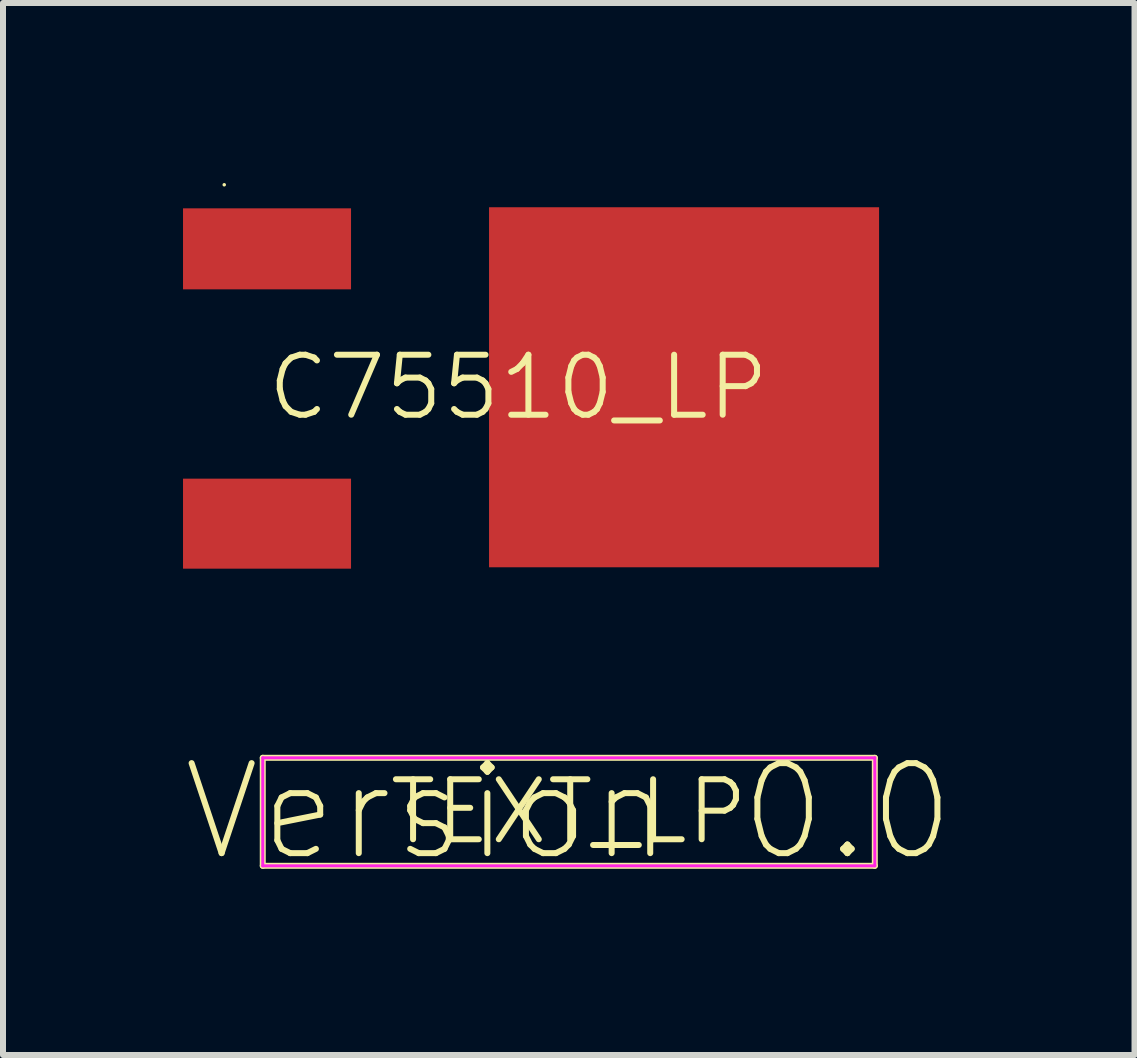
<source format=kicad_pcb>
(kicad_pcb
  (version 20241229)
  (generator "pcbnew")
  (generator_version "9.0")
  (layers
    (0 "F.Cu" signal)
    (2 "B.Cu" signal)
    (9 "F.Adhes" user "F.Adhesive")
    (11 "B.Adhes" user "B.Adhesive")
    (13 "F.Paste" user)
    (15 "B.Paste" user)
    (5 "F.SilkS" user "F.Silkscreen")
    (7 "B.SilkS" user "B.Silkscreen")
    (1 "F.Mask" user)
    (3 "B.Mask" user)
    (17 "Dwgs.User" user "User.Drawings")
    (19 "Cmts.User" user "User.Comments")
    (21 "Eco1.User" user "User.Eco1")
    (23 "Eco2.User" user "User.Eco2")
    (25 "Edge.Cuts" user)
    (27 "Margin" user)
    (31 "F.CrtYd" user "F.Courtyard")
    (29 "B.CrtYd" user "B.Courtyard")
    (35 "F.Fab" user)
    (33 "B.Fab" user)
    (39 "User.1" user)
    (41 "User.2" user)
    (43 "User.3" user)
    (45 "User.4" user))
  (footprint "TEXT_LP"
    (layer "F.Cu")
    (at 6.429 10.479)
    (property "Reference" "TEXT_LP" (at 0 0 0) (layer "F.SilkS") (effects (font (size 1 1) (thickness 0.1))))
    (fp_line (start -5.1 -0.9) (end 5.1 -0.9) (stroke (width 0.1) (type solid)) (layer "F.SilkS"))
    (fp_line (start -5.1 0.9) (end -5.1 -0.9) (stroke (width 0.1) (type solid)) (layer "F.SilkS"))
    (fp_line (start 5.1 -0.9) (end 5.1 0.9) (stroke (width 0.1) (type solid)) (layer "F.SilkS"))
    (fp_line (start 5.1 0.9) (end -5.1 0.9) (stroke (width 0.1) (type solid)) (layer "F.SilkS"))
    (fp_line (start -5.1 -0.9) (end -5.1 0.9) (stroke (width 0.05) (type solid)) (layer "F.CrtYd"))
    (fp_line (start -5.1 0.9) (end 5.1 0.9) (stroke (width 0.05) (type solid)) (layer "F.CrtYd"))
    (fp_line (start 5.1 -0.9) (end -5.1 -0.9) (stroke (width 0.05) (type solid)) (layer "F.CrtYd"))
    (fp_line (start 5.1 0.9) (end 5.1 -0.9) (stroke (width 0.05) (type solid)) (layer "F.CrtYd"))
    (fp_text user "Version 0.0" (at 0 0 0) (layer "F.SilkS") (effects (font (size 1.5 1.5) (thickness 0.1)))))
  (footprint "C75510_LP"
    (layer "F.Cu")
    (at 5.589 3.404)
    (property "Reference" "C75510_LP" (at 0 0 0) (layer "F.SilkS") (effects (font (size 1 1) (thickness 0.1))))
    (fp_poly (pts (xy -4.873 -3.375) (xy -4.874 -3.38) (xy -4.875 -3.386) (xy -4.878 -3.391) (xy -4.882 -3.395) (xy -4.886 -3.399) (xy -4.891 -3.401) (xy -4.896 -3.403) (xy -4.902 -3.404) (xy -4.908 -3.403) (xy -4.913 -3.401) (xy -4.918 -3.399) (xy -4.923 -3.395) (xy -4.926 -3.391) (xy -4.929 -3.386) (xy -4.93 -3.38) (xy -4.931 -3.375) (xy -4.93 -3.369) (xy -4.929 -3.364) (xy -4.926 -3.359) (xy -4.923 -3.354) (xy -4.918 -3.351) (xy -4.913 -3.348) (xy -4.908 -3.346) (xy -4.902 -3.346) (xy -4.896 -3.346) (xy -4.891 -3.348) (xy -4.886 -3.351) (xy -4.882 -3.354) (xy -4.878 -3.359) (xy -4.875 -3.364) (xy -4.874 -3.369)) (stroke (width 0) (type solid)) (fill yes) (layer "F.SilkS"))
    (pad "1" smd rect (at -4.189 -2.307) (size 2.8 1.35) (layers "F.Cu" "F.Mask" "F.Paste"))
    (pad "3" smd rect (at -4.189 2.273) (size 2.8 1.5) (layers "F.Cu" "F.Mask" "F.Paste"))
    (pad "4" smd rect (at 2.761 -0.000076) (size 6.5 6) (layers "F.Cu" "F.Mask" "F.Paste")))
  (gr_rect
    (start -3 -3)
    (end 15.857 14.532)
    (stroke (width 0.1) (type default))
    (fill no)
    (layer "Edge.Cuts")))
</source>
